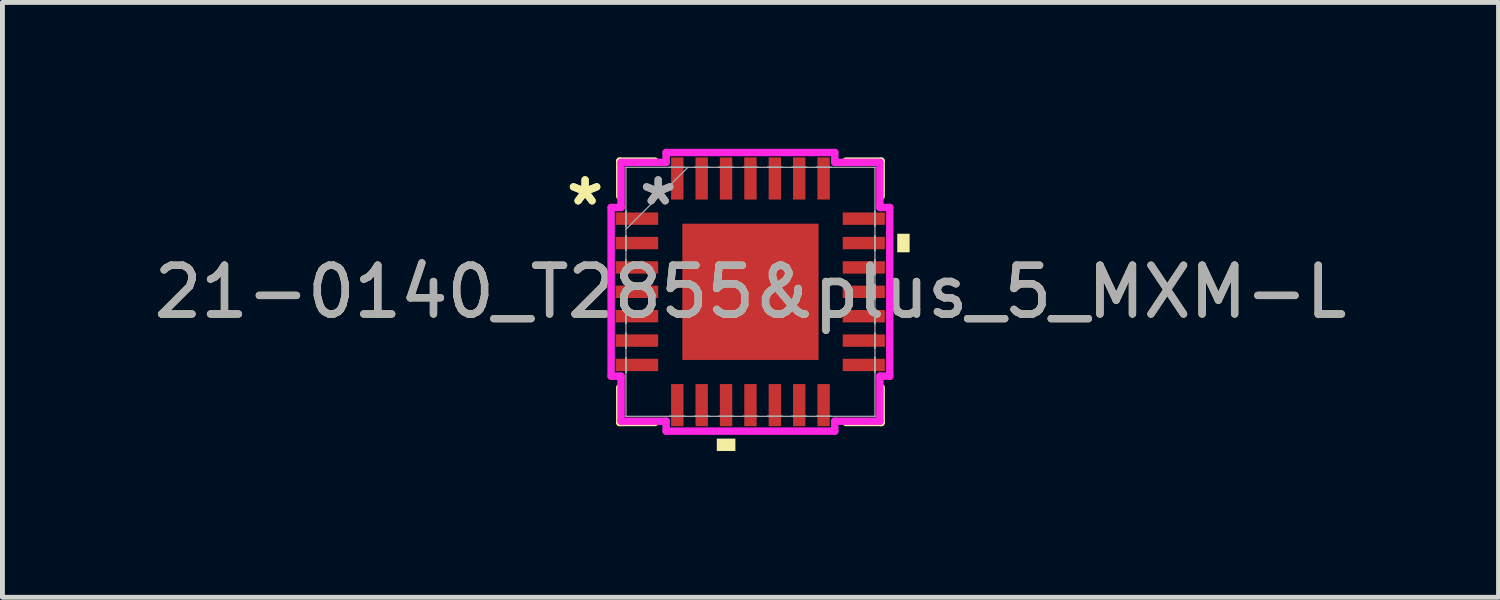
<source format=kicad_pcb>
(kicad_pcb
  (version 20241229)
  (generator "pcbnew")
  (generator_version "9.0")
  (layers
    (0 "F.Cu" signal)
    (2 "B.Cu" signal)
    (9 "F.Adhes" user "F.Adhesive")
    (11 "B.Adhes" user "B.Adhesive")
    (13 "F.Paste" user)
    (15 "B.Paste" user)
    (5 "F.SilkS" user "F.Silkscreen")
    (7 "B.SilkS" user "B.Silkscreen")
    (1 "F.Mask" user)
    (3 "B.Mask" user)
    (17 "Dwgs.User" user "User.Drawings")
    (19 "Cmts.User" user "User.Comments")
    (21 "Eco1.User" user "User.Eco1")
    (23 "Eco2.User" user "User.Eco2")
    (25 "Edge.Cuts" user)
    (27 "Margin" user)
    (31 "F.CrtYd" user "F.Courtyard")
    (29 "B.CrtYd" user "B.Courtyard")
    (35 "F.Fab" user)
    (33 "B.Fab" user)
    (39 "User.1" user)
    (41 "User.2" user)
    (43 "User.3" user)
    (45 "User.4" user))
  (footprint "21-0140_T2855&plus_5_MXM-L"
    (layer "F.Cu")
    (at 12.339 2.934)
    (property "Reference" "21-0140_T2855&plus_5_MXM-L" (at 0 0 0) (unlocked yes) (layer "F.SilkS") (effects (font (size 1 1) (thickness 0.15))))
    (attr smd)
    (fp_line (start -2.68 -2.68) (end -2.68 -1.96) (stroke (width 0.152) (type solid)) (layer "F.SilkS"))
    (fp_line (start -2.68 1.96) (end -2.68 2.68) (stroke (width 0.152) (type solid)) (layer "F.SilkS"))
    (fp_line (start -2.68 2.68) (end -1.96 2.68) (stroke (width 0.152) (type solid)) (layer "F.SilkS"))
    (fp_line (start -1.96 -2.68) (end -2.68 -2.68) (stroke (width 0.152) (type solid)) (layer "F.SilkS"))
    (fp_line (start 1.96 2.68) (end 2.68 2.68) (stroke (width 0.152) (type solid)) (layer "F.SilkS"))
    (fp_line (start 2.68 -2.68) (end 1.96 -2.68) (stroke (width 0.152) (type solid)) (layer "F.SilkS"))
    (fp_line (start 2.68 -1.96) (end 2.68 -2.68) (stroke (width 0.152) (type solid)) (layer "F.SilkS"))
    (fp_line (start 2.68 2.68) (end 2.68 1.96) (stroke (width 0.152) (type solid)) (layer "F.SilkS"))
    (fp_poly (pts (xy -0.69 3.01) (xy -0.69 3.264) (xy -0.309 3.264) (xy -0.309 3.01)) (stroke (width 0) (type solid)) (fill yes) (layer "F.SilkS"))
    (fp_poly (pts (xy 3.264 -1.191) (xy 3.264 -0.81) (xy 3.01 -0.81) (xy 3.01 -1.191)) (stroke (width 0) (type solid)) (fill yes) (layer "F.SilkS"))
    (fp_poly (pts (xy -1.297 -1.297) (xy -1.297 -0.1) (xy -0.1 -0.1) (xy -0.1 -1.297)) (stroke (width 0) (type solid)) (fill yes) (layer "F.Paste"))
    (fp_poly (pts (xy -1.297 0.1) (xy -1.297 1.297) (xy -0.1 1.297) (xy -0.1 0.1)) (stroke (width 0) (type solid)) (fill yes) (layer "F.Paste"))
    (fp_poly (pts (xy 0.1 -1.297) (xy 0.1 -0.1) (xy 1.297 -0.1) (xy 1.297 -1.297)) (stroke (width 0) (type solid)) (fill yes) (layer "F.Paste"))
    (fp_poly (pts (xy 0.1 0.1) (xy 0.1 1.297) (xy 1.297 1.297) (xy 1.297 0.1)) (stroke (width 0) (type solid)) (fill yes) (layer "F.Paste"))
    (fp_line (start -2.857 -1.729) (end -2.654 -1.729) (stroke (width 0.152) (type solid)) (layer "F.CrtYd"))
    (fp_line (start -2.857 1.729) (end -2.857 -1.729) (stroke (width 0.152) (type solid)) (layer "F.CrtYd"))
    (fp_line (start -2.654 -2.654) (end -1.729 -2.654) (stroke (width 0.152) (type solid)) (layer "F.CrtYd"))
    (fp_line (start -2.654 -1.729) (end -2.654 -2.654) (stroke (width 0.152) (type solid)) (layer "F.CrtYd"))
    (fp_line (start -2.654 1.729) (end -2.857 1.729) (stroke (width 0.152) (type solid)) (layer "F.CrtYd"))
    (fp_line (start -2.654 2.654) (end -2.654 1.729) (stroke (width 0.152) (type solid)) (layer "F.CrtYd"))
    (fp_line (start -1.729 -2.857) (end 1.729 -2.857) (stroke (width 0.152) (type solid)) (layer "F.CrtYd"))
    (fp_line (start -1.729 -2.654) (end -1.729 -2.857) (stroke (width 0.152) (type solid)) (layer "F.CrtYd"))
    (fp_line (start -1.729 2.654) (end -2.654 2.654) (stroke (width 0.152) (type solid)) (layer "F.CrtYd"))
    (fp_line (start -1.729 2.857) (end -1.729 2.654) (stroke (width 0.152) (type solid)) (layer "F.CrtYd"))
    (fp_line (start 1.729 -2.857) (end 1.729 -2.654) (stroke (width 0.152) (type solid)) (layer "F.CrtYd"))
    (fp_line (start 1.729 -2.654) (end 2.654 -2.654) (stroke (width 0.152) (type solid)) (layer "F.CrtYd"))
    (fp_line (start 1.729 2.654) (end 1.729 2.857) (stroke (width 0.152) (type solid)) (layer "F.CrtYd"))
    (fp_line (start 1.729 2.857) (end -1.729 2.857) (stroke (width 0.152) (type solid)) (layer "F.CrtYd"))
    (fp_line (start 2.654 -2.654) (end 2.654 -1.729) (stroke (width 0.152) (type solid)) (layer "F.CrtYd"))
    (fp_line (start 2.654 -1.729) (end 2.857 -1.729) (stroke (width 0.152) (type solid)) (layer "F.CrtYd"))
    (fp_line (start 2.654 1.729) (end 2.654 2.654) (stroke (width 0.152) (type solid)) (layer "F.CrtYd"))
    (fp_line (start 2.654 2.654) (end 1.729 2.654) (stroke (width 0.152) (type solid)) (layer "F.CrtYd"))
    (fp_line (start 2.857 -1.729) (end 2.857 1.729) (stroke (width 0.152) (type solid)) (layer "F.CrtYd"))
    (fp_line (start 2.857 1.729) (end 2.654 1.729) (stroke (width 0.152) (type solid)) (layer "F.CrtYd"))
    (fp_line (start -2.553 -2.553) (end -2.553 -2.553) (stroke (width 0.025) (type solid)) (layer "F.Fab"))
    (fp_line (start -2.553 -2.553) (end -2.553 2.553) (stroke (width 0.025) (type solid)) (layer "F.Fab"))
    (fp_line (start -2.553 -1.652) (end -2.553 -1.652) (stroke (width 0.025) (type solid)) (layer "F.Fab"))
    (fp_line (start -2.553 -1.652) (end -2.553 -1.348) (stroke (width 0.025) (type solid)) (layer "F.Fab"))
    (fp_line (start -2.553 -1.348) (end -2.553 -1.652) (stroke (width 0.025) (type solid)) (layer "F.Fab"))
    (fp_line (start -2.553 -1.348) (end -2.553 -1.348) (stroke (width 0.025) (type solid)) (layer "F.Fab"))
    (fp_line (start -2.553 -1.283) (end -1.283 -2.553) (stroke (width 0.025) (type solid)) (layer "F.Fab"))
    (fp_line (start -2.553 -1.152) (end -2.553 -1.152) (stroke (width 0.025) (type solid)) (layer "F.Fab"))
    (fp_line (start -2.553 -1.152) (end -2.553 -0.848) (stroke (width 0.025) (type solid)) (layer "F.Fab"))
    (fp_line (start -2.553 -0.848) (end -2.553 -1.152) (stroke (width 0.025) (type solid)) (layer "F.Fab"))
    (fp_line (start -2.553 -0.848) (end -2.553 -0.848) (stroke (width 0.025) (type solid)) (layer "F.Fab"))
    (fp_line (start -2.553 -0.652) (end -2.553 -0.652) (stroke (width 0.025) (type solid)) (layer "F.Fab"))
    (fp_line (start -2.553 -0.652) (end -2.553 -0.348) (stroke (width 0.025) (type solid)) (layer "F.Fab"))
    (fp_line (start -2.553 -0.348) (end -2.553 -0.652) (stroke (width 0.025) (type solid)) (layer "F.Fab"))
    (fp_line (start -2.553 -0.348) (end -2.553 -0.348) (stroke (width 0.025) (type solid)) (layer "F.Fab"))
    (fp_line (start -2.553 -0.152) (end -2.553 -0.152) (stroke (width 0.025) (type solid)) (layer "F.Fab"))
    (fp_line (start -2.553 -0.152) (end -2.553 0.152) (stroke (width 0.025) (type solid)) (layer "F.Fab"))
    (fp_line (start -2.553 0.152) (end -2.553 -0.152) (stroke (width 0.025) (type solid)) (layer "F.Fab"))
    (fp_line (start -2.553 0.152) (end -2.553 0.152) (stroke (width 0.025) (type solid)) (layer "F.Fab"))
    (fp_line (start -2.553 0.348) (end -2.553 0.348) (stroke (width 0.025) (type solid)) (layer "F.Fab"))
    (fp_line (start -2.553 0.348) (end -2.553 0.652) (stroke (width 0.025) (type solid)) (layer "F.Fab"))
    (fp_line (start -2.553 0.652) (end -2.553 0.348) (stroke (width 0.025) (type solid)) (layer "F.Fab"))
    (fp_line (start -2.553 0.652) (end -2.553 0.652) (stroke (width 0.025) (type solid)) (layer "F.Fab"))
    (fp_line (start -2.553 0.848) (end -2.553 0.848) (stroke (width 0.025) (type solid)) (layer "F.Fab"))
    (fp_line (start -2.553 0.848) (end -2.553 1.152) (stroke (width 0.025) (type solid)) (layer "F.Fab"))
    (fp_line (start -2.553 1.152) (end -2.553 0.848) (stroke (width 0.025) (type solid)) (layer "F.Fab"))
    (fp_line (start -2.553 1.152) (end -2.553 1.152) (stroke (width 0.025) (type solid)) (layer "F.Fab"))
    (fp_line (start -2.553 1.348) (end -2.553 1.348) (stroke (width 0.025) (type solid)) (layer "F.Fab"))
    (fp_line (start -2.553 1.348) (end -2.553 1.652) (stroke (width 0.025) (type solid)) (layer "F.Fab"))
    (fp_line (start -2.553 1.652) (end -2.553 1.348) (stroke (width 0.025) (type solid)) (layer "F.Fab"))
    (fp_line (start -2.553 1.652) (end -2.553 1.652) (stroke (width 0.025) (type solid)) (layer "F.Fab"))
    (fp_line (start -2.553 2.553) (end -2.553 2.553) (stroke (width 0.025) (type solid)) (layer "F.Fab"))
    (fp_line (start -2.553 2.553) (end 2.553 2.553) (stroke (width 0.025) (type solid)) (layer "F.Fab"))
    (fp_line (start -1.652 -2.553) (end -1.652 -2.553) (stroke (width 0.025) (type solid)) (layer "F.Fab"))
    (fp_line (start -1.652 -2.553) (end -1.348 -2.553) (stroke (width 0.025) (type solid)) (layer "F.Fab"))
    (fp_line (start -1.652 2.553) (end -1.652 2.553) (stroke (width 0.025) (type solid)) (layer "F.Fab"))
    (fp_line (start -1.652 2.553) (end -1.348 2.553) (stroke (width 0.025) (type solid)) (layer "F.Fab"))
    (fp_line (start -1.348 -2.553) (end -1.652 -2.553) (stroke (width 0.025) (type solid)) (layer "F.Fab"))
    (fp_line (start -1.348 -2.553) (end -1.348 -2.553) (stroke (width 0.025) (type solid)) (layer "F.Fab"))
    (fp_line (start -1.348 2.553) (end -1.652 2.553) (stroke (width 0.025) (type solid)) (layer "F.Fab"))
    (fp_line (start -1.348 2.553) (end -1.348 2.553) (stroke (width 0.025) (type solid)) (layer "F.Fab"))
    (fp_line (start -1.152 -2.553) (end -1.152 -2.553) (stroke (width 0.025) (type solid)) (layer "F.Fab"))
    (fp_line (start -1.152 -2.553) (end -0.848 -2.553) (stroke (width 0.025) (type solid)) (layer "F.Fab"))
    (fp_line (start -1.152 2.553) (end -1.152 2.553) (stroke (width 0.025) (type solid)) (layer "F.Fab"))
    (fp_line (start -1.152 2.553) (end -0.848 2.553) (stroke (width 0.025) (type solid)) (layer "F.Fab"))
    (fp_line (start -0.848 -2.553) (end -1.152 -2.553) (stroke (width 0.025) (type solid)) (layer "F.Fab"))
    (fp_line (start -0.848 -2.553) (end -0.848 -2.553) (stroke (width 0.025) (type solid)) (layer "F.Fab"))
    (fp_line (start -0.848 2.553) (end -1.152 2.553) (stroke (width 0.025) (type solid)) (layer "F.Fab"))
    (fp_line (start -0.848 2.553) (end -0.848 2.553) (stroke (width 0.025) (type solid)) (layer "F.Fab"))
    (fp_line (start -0.652 -2.553) (end -0.652 -2.553) (stroke (width 0.025) (type solid)) (layer "F.Fab"))
    (fp_line (start -0.652 -2.553) (end -0.348 -2.553) (stroke (width 0.025) (type solid)) (layer "F.Fab"))
    (fp_line (start -0.652 2.553) (end -0.652 2.553) (stroke (width 0.025) (type solid)) (layer "F.Fab"))
    (fp_line (start -0.652 2.553) (end -0.348 2.553) (stroke (width 0.025) (type solid)) (layer "F.Fab"))
    (fp_line (start -0.348 -2.553) (end -0.652 -2.553) (stroke (width 0.025) (type solid)) (layer "F.Fab"))
    (fp_line (start -0.348 -2.553) (end -0.348 -2.553) (stroke (width 0.025) (type solid)) (layer "F.Fab"))
    (fp_line (start -0.348 2.553) (end -0.652 2.553) (stroke (width 0.025) (type solid)) (layer "F.Fab"))
    (fp_line (start -0.348 2.553) (end -0.348 2.553) (stroke (width 0.025) (type solid)) (layer "F.Fab"))
    (fp_line (start -0.152 -2.553) (end -0.152 -2.553) (stroke (width 0.025) (type solid)) (layer "F.Fab"))
    (fp_line (start -0.152 -2.553) (end 0.152 -2.553) (stroke (width 0.025) (type solid)) (layer "F.Fab"))
    (fp_line (start -0.152 2.553) (end -0.152 2.553) (stroke (width 0.025) (type solid)) (layer "F.Fab"))
    (fp_line (start -0.152 2.553) (end 0.152 2.553) (stroke (width 0.025) (type solid)) (layer "F.Fab"))
    (fp_line (start 0.152 -2.553) (end -0.152 -2.553) (stroke (width 0.025) (type solid)) (layer "F.Fab"))
    (fp_line (start 0.152 -2.553) (end 0.152 -2.553) (stroke (width 0.025) (type solid)) (layer "F.Fab"))
    (fp_line (start 0.152 2.553) (end -0.152 2.553) (stroke (width 0.025) (type solid)) (layer "F.Fab"))
    (fp_line (start 0.152 2.553) (end 0.152 2.553) (stroke (width 0.025) (type solid)) (layer "F.Fab"))
    (fp_line (start 0.348 -2.553) (end 0.348 -2.553) (stroke (width 0.025) (type solid)) (layer "F.Fab"))
    (fp_line (start 0.348 -2.553) (end 0.652 -2.553) (stroke (width 0.025) (type solid)) (layer "F.Fab"))
    (fp_line (start 0.348 2.553) (end 0.348 2.553) (stroke (width 0.025) (type solid)) (layer "F.Fab"))
    (fp_line (start 0.348 2.553) (end 0.652 2.553) (stroke (width 0.025) (type solid)) (layer "F.Fab"))
    (fp_line (start 0.652 -2.553) (end 0.348 -2.553) (stroke (width 0.025) (type solid)) (layer "F.Fab"))
    (fp_line (start 0.652 -2.553) (end 0.652 -2.553) (stroke (width 0.025) (type solid)) (layer "F.Fab"))
    (fp_line (start 0.652 2.553) (end 0.348 2.553) (stroke (width 0.025) (type solid)) (layer "F.Fab"))
    (fp_line (start 0.652 2.553) (end 0.652 2.553) (stroke (width 0.025) (type solid)) (layer "F.Fab"))
    (fp_line (start 0.848 -2.553) (end 0.848 -2.553) (stroke (width 0.025) (type solid)) (layer "F.Fab"))
    (fp_line (start 0.848 -2.553) (end 1.152 -2.553) (stroke (width 0.025) (type solid)) (layer "F.Fab"))
    (fp_line (start 0.848 2.553) (end 0.848 2.553) (stroke (width 0.025) (type solid)) (layer "F.Fab"))
    (fp_line (start 0.848 2.553) (end 1.152 2.553) (stroke (width 0.025) (type solid)) (layer "F.Fab"))
    (fp_line (start 1.152 -2.553) (end 0.848 -2.553) (stroke (width 0.025) (type solid)) (layer "F.Fab"))
    (fp_line (start 1.152 -2.553) (end 1.152 -2.553) (stroke (width 0.025) (type solid)) (layer "F.Fab"))
    (fp_line (start 1.152 2.553) (end 0.848 2.553) (stroke (width 0.025) (type solid)) (layer "F.Fab"))
    (fp_line (start 1.152 2.553) (end 1.152 2.553) (stroke (width 0.025) (type solid)) (layer "F.Fab"))
    (fp_line (start 1.348 -2.553) (end 1.348 -2.553) (stroke (width 0.025) (type solid)) (layer "F.Fab"))
    (fp_line (start 1.348 -2.553) (end 1.652 -2.553) (stroke (width 0.025) (type solid)) (layer "F.Fab"))
    (fp_line (start 1.348 2.553) (end 1.348 2.553) (stroke (width 0.025) (type solid)) (layer "F.Fab"))
    (fp_line (start 1.348 2.553) (end 1.652 2.553) (stroke (width 0.025) (type solid)) (layer "F.Fab"))
    (fp_line (start 1.652 -2.553) (end 1.348 -2.553) (stroke (width 0.025) (type solid)) (layer "F.Fab"))
    (fp_line (start 1.652 -2.553) (end 1.652 -2.553) (stroke (width 0.025) (type solid)) (layer "F.Fab"))
    (fp_line (start 1.652 2.553) (end 1.348 2.553) (stroke (width 0.025) (type solid)) (layer "F.Fab"))
    (fp_line (start 1.652 2.553) (end 1.652 2.553) (stroke (width 0.025) (type solid)) (layer "F.Fab"))
    (fp_line (start 2.553 -2.553) (end -2.553 -2.553) (stroke (width 0.025) (type solid)) (layer "F.Fab"))
    (fp_line (start 2.553 -2.553) (end 2.553 -2.553) (stroke (width 0.025) (type solid)) (layer "F.Fab"))
    (fp_line (start 2.553 -1.652) (end 2.553 -1.652) (stroke (width 0.025) (type solid)) (layer "F.Fab"))
    (fp_line (start 2.553 -1.652) (end 2.553 -1.348) (stroke (width 0.025) (type solid)) (layer "F.Fab"))
    (fp_line (start 2.553 -1.348) (end 2.553 -1.652) (stroke (width 0.025) (type solid)) (layer "F.Fab"))
    (fp_line (start 2.553 -1.348) (end 2.553 -1.348) (stroke (width 0.025) (type solid)) (layer "F.Fab"))
    (fp_line (start 2.553 -1.152) (end 2.553 -1.152) (stroke (width 0.025) (type solid)) (layer "F.Fab"))
    (fp_line (start 2.553 -1.152) (end 2.553 -0.848) (stroke (width 0.025) (type solid)) (layer "F.Fab"))
    (fp_line (start 2.553 -0.848) (end 2.553 -1.152) (stroke (width 0.025) (type solid)) (layer "F.Fab"))
    (fp_line (start 2.553 -0.848) (end 2.553 -0.848) (stroke (width 0.025) (type solid)) (layer "F.Fab"))
    (fp_line (start 2.553 -0.652) (end 2.553 -0.652) (stroke (width 0.025) (type solid)) (layer "F.Fab"))
    (fp_line (start 2.553 -0.652) (end 2.553 -0.348) (stroke (width 0.025) (type solid)) (layer "F.Fab"))
    (fp_line (start 2.553 -0.348) (end 2.553 -0.652) (stroke (width 0.025) (type solid)) (layer "F.Fab"))
    (fp_line (start 2.553 -0.348) (end 2.553 -0.348) (stroke (width 0.025) (type solid)) (layer "F.Fab"))
    (fp_line (start 2.553 -0.152) (end 2.553 -0.152) (stroke (width 0.025) (type solid)) (layer "F.Fab"))
    (fp_line (start 2.553 -0.152) (end 2.553 0.152) (stroke (width 0.025) (type solid)) (layer "F.Fab"))
    (fp_line (start 2.553 0.152) (end 2.553 -0.152) (stroke (width 0.025) (type solid)) (layer "F.Fab"))
    (fp_line (start 2.553 0.152) (end 2.553 0.152) (stroke (width 0.025) (type solid)) (layer "F.Fab"))
    (fp_line (start 2.553 0.348) (end 2.553 0.348) (stroke (width 0.025) (type solid)) (layer "F.Fab"))
    (fp_line (start 2.553 0.348) (end 2.553 0.652) (stroke (width 0.025) (type solid)) (layer "F.Fab"))
    (fp_line (start 2.553 0.652) (end 2.553 0.348) (stroke (width 0.025) (type solid)) (layer "F.Fab"))
    (fp_line (start 2.553 0.652) (end 2.553 0.652) (stroke (width 0.025) (type solid)) (layer "F.Fab"))
    (fp_line (start 2.553 0.848) (end 2.553 0.848) (stroke (width 0.025) (type solid)) (layer "F.Fab"))
    (fp_line (start 2.553 0.848) (end 2.553 1.152) (stroke (width 0.025) (type solid)) (layer "F.Fab"))
    (fp_line (start 2.553 1.152) (end 2.553 0.848) (stroke (width 0.025) (type solid)) (layer "F.Fab"))
    (fp_line (start 2.553 1.152) (end 2.553 1.152) (stroke (width 0.025) (type solid)) (layer "F.Fab"))
    (fp_line (start 2.553 1.348) (end 2.553 1.348) (stroke (width 0.025) (type solid)) (layer "F.Fab"))
    (fp_line (start 2.553 1.348) (end 2.553 1.652) (stroke (width 0.025) (type solid)) (layer "F.Fab"))
    (fp_line (start 2.553 1.652) (end 2.553 1.348) (stroke (width 0.025) (type solid)) (layer "F.Fab"))
    (fp_line (start 2.553 1.652) (end 2.553 1.652) (stroke (width 0.025) (type solid)) (layer "F.Fab"))
    (fp_line (start 2.553 2.553) (end 2.553 -2.553) (stroke (width 0.025) (type solid)) (layer "F.Fab"))
    (fp_line (start 2.553 2.553) (end 2.553 2.553) (stroke (width 0.025) (type solid)) (layer "F.Fab"))
    (fp_text user "*" (at -3.391 -1.75 0) (layer "F.SilkS") (effects (font (size 1 1) (thickness 0.15))))
    (fp_text user "*" (at -3.391 -1.75 0) (unlocked yes) (layer "F.SilkS") (effects (font (size 1 1) (thickness 0.15))))
    (fp_text user "${REFERENCE}" (at 0 0 0) (unlocked yes) (layer "F.Fab") (effects (font (size 1 1) (thickness 0.15))))
    (fp_text user "*" (at -1.892 -1.75 0) (unlocked yes) (layer "F.Fab") (effects (font (size 1 1) (thickness 0.15))))
    (fp_text user "*" (at -1.892 -1.75 0) (layer "F.Fab") (effects (font (size 1 1) (thickness 0.15))))
    (pad "1" smd rect (at -2.324 -1.5 90) (size 0.254 0.864) (layers "F.Cu" "F.Mask" "F.Paste"))
    (pad "2" smd rect (at -2.324 -1 90) (size 0.254 0.864) (layers "F.Cu" "F.Mask" "F.Paste"))
    (pad "3" smd rect (at -2.324 -0.5 90) (size 0.254 0.864) (layers "F.Cu" "F.Mask" "F.Paste"))
    (pad "4" smd rect (at -2.324 0 90) (size 0.254 0.864) (layers "F.Cu" "F.Mask" "F.Paste"))
    (pad "5" smd rect (at -2.324 0.5 90) (size 0.254 0.864) (layers "F.Cu" "F.Mask" "F.Paste"))
    (pad "6" smd rect (at -2.324 1 90) (size 0.254 0.864) (layers "F.Cu" "F.Mask" "F.Paste"))
    (pad "7" smd rect (at -2.324 1.5 90) (size 0.254 0.864) (layers "F.Cu" "F.Mask" "F.Paste"))
    (pad "8" smd rect (at -1.5 2.324) (size 0.254 0.864) (layers "F.Cu" "F.Mask" "F.Paste"))
    (pad "9" smd rect (at -1 2.324) (size 0.254 0.864) (layers "F.Cu" "F.Mask" "F.Paste"))
    (pad "10" smd rect (at -0.5 2.324) (size 0.254 0.864) (layers "F.Cu" "F.Mask" "F.Paste"))
    (pad "11" smd rect (at 0 2.324) (size 0.254 0.864) (layers "F.Cu" "F.Mask" "F.Paste"))
    (pad "12" smd rect (at 0.5 2.324) (size 0.254 0.864) (layers "F.Cu" "F.Mask" "F.Paste"))
    (pad "13" smd rect (at 1 2.324) (size 0.254 0.864) (layers "F.Cu" "F.Mask" "F.Paste"))
    (pad "14" smd rect (at 1.5 2.324) (size 0.254 0.864) (layers "F.Cu" "F.Mask" "F.Paste"))
    (pad "15" smd rect (at 2.324 1.5 90) (size 0.254 0.864) (layers "F.Cu" "F.Mask" "F.Paste"))
    (pad "16" smd rect (at 2.324 1 90) (size 0.254 0.864) (layers "F.Cu" "F.Mask" "F.Paste"))
    (pad "17" smd rect (at 2.324 0.5 90) (size 0.254 0.864) (layers "F.Cu" "F.Mask" "F.Paste"))
    (pad "18" smd rect (at 2.324 0 90) (size 0.254 0.864) (layers "F.Cu" "F.Mask" "F.Paste"))
    (pad "19" smd rect (at 2.324 -0.5 90) (size 0.254 0.864) (layers "F.Cu" "F.Mask" "F.Paste"))
    (pad "20" smd rect (at 2.324 -1 90) (size 0.254 0.864) (layers "F.Cu" "F.Mask" "F.Paste"))
    (pad "21" smd rect (at 2.324 -1.5 90) (size 0.254 0.864) (layers "F.Cu" "F.Mask" "F.Paste"))
    (pad "22" smd rect (at 1.5 -2.324) (size 0.254 0.864) (layers "F.Cu" "F.Mask" "F.Paste"))
    (pad "23" smd rect (at 1 -2.324) (size 0.254 0.864) (layers "F.Cu" "F.Mask" "F.Paste"))
    (pad "24" smd rect (at 0.5 -2.324) (size 0.254 0.864) (layers "F.Cu" "F.Mask" "F.Paste"))
    (pad "25" smd rect (at 0 -2.324) (size 0.254 0.864) (layers "F.Cu" "F.Mask" "F.Paste"))
    (pad "26" smd rect (at -0.5 -2.324) (size 0.254 0.864) (layers "F.Cu" "F.Mask" "F.Paste"))
    (pad "27" smd rect (at -1 -2.324) (size 0.254 0.864) (layers "F.Cu" "F.Mask" "F.Paste"))
    (pad "28" smd rect (at -1.5 -2.324) (size 0.254 0.864) (layers "F.Cu" "F.Mask" "F.Paste"))
    (pad "29" smd rect (at 0 0) (size 2.794 2.794) (layers "F.Cu" "F.Mask" "F.Paste")))
  (gr_rect
    (start -3 -3)
    (end 27.679 9.198)
    (stroke (width 0.1) (type default))
    (fill no)
    (layer "Edge.Cuts")))
</source>
